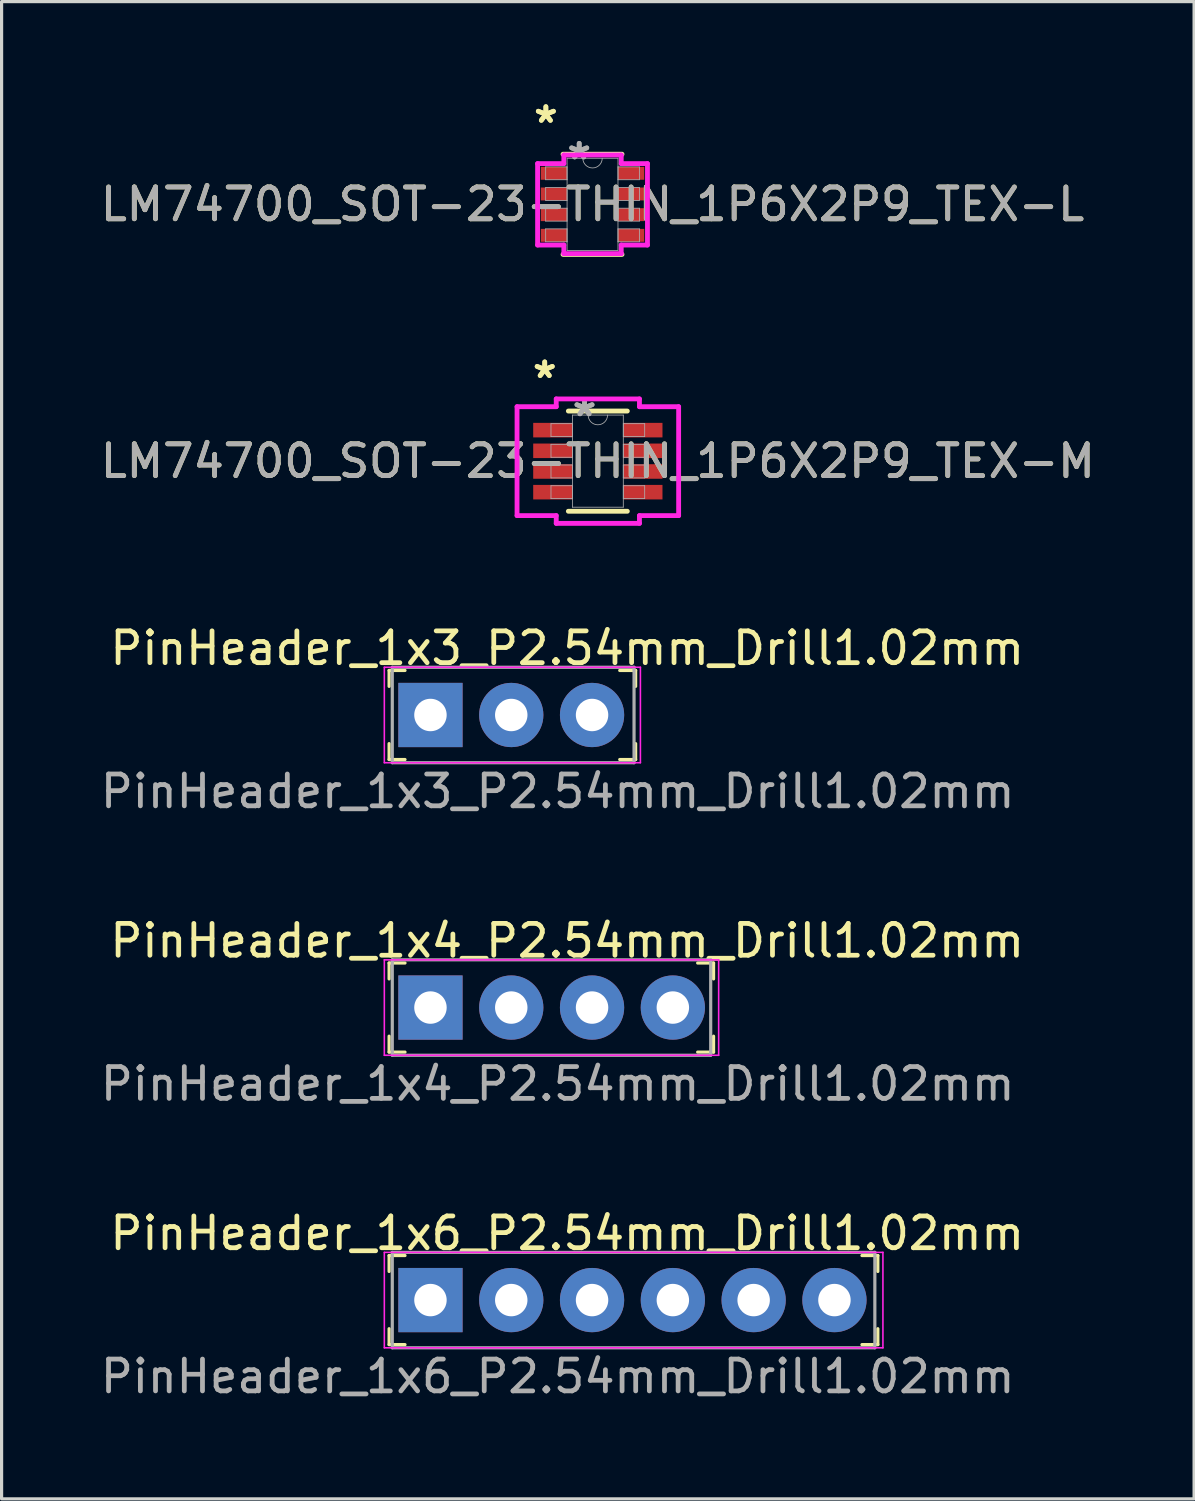
<source format=kicad_pcb>
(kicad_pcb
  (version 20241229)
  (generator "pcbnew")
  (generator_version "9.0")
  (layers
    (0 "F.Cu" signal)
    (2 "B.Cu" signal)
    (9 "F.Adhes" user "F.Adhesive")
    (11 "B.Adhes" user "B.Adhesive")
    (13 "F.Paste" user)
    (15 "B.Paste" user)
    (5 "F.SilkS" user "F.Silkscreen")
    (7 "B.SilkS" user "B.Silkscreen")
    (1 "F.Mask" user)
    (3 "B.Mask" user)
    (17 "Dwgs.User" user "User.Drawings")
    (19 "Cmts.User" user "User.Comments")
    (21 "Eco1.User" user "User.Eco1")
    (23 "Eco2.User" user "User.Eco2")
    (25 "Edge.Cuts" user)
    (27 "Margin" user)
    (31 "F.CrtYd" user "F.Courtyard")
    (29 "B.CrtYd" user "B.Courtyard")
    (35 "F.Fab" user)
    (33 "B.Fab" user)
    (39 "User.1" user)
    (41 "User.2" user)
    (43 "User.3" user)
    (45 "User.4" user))
  (footprint "PinHeader_1x3_P2.54mm_Drill1.02mm"
    (layer "F.Cu")
    (at 10.482 19.427)
    (property "Reference" "PinHeader_1x3_P2.54mm_Drill1.02mm" (at 4.3 -2.1 0) (layer "F.SilkS") (effects (font (size 1 1) (thickness 0.15))))
    (attr through_hole)
    (fp_line (start -1.3 -1.4) (end -1.3 -0.9) (stroke (width 0.1) (type solid)) (layer "F.SilkS"))
    (fp_line (start -1.3 -1.4) (end -0.8 -1.4) (stroke (width 0.1) (type solid)) (layer "F.SilkS"))
    (fp_line (start -1.3 1.4) (end -1.3 0.9) (stroke (width 0.1) (type solid)) (layer "F.SilkS"))
    (fp_line (start -1.3 1.4) (end -0.8 1.4) (stroke (width 0.1) (type solid)) (layer "F.SilkS"))
    (fp_line (start 6.45 -1.4) (end 5.95 -1.4) (stroke (width 0.1) (type solid)) (layer "F.SilkS"))
    (fp_line (start 6.45 -1.4) (end 6.45 -0.9) (stroke (width 0.1) (type solid)) (layer "F.SilkS"))
    (fp_line (start 6.45 1.4) (end 5.95 1.4) (stroke (width 0.1) (type solid)) (layer "F.SilkS"))
    (fp_line (start 6.45 1.4) (end 6.45 0.9) (stroke (width 0.1) (type solid)) (layer "F.SilkS"))
    (fp_line (start -1.45 -1.5) (end -1.45 1.5) (stroke (width 0.05) (type solid)) (layer "F.CrtYd"))
    (fp_line (start 6.6 -1.5) (end -1.45 -1.5) (stroke (width 0.05) (type solid)) (layer "F.CrtYd"))
    (fp_line (start 6.6 -1.5) (end 6.6 1.5) (stroke (width 0.05) (type solid)) (layer "F.CrtYd"))
    (fp_line (start 6.6 1.5) (end -1.45 1.5) (stroke (width 0.05) (type solid)) (layer "F.CrtYd"))
    (fp_line (start -1.2 -1.5) (end -1.2 1.5) (stroke (width 0.1) (type solid)) (layer "F.Fab"))
    (fp_line (start -1.2 -1.5) (end 6.4 -1.5) (stroke (width 0.1) (type solid)) (layer "F.Fab"))
    (fp_line (start -1.2 1.5) (end 6.4 1.5) (stroke (width 0.1) (type solid)) (layer "F.Fab"))
    (fp_line (start 6.4 -1.5) (end 6.4 1.5) (stroke (width 0.1) (type solid)) (layer "F.Fab"))
    (fp_text user "${REFERENCE}" (at 4 2.4 0) (layer "F.Fab") (effects (font (size 1 1) (thickness 0.15))))
    (pad "1" thru_hole rect (at 0 0) (size 2.02 2.02) (drill 1.02) (layers "*.Cu" "*.Mask"))
    (pad "2" thru_hole circle (at 2.54 0) (size 2.02 2.02) (drill 1.02) (layers "*.Cu" "*.Mask"))
    (pad "3" thru_hole circle (at 5.08 0) (size 2.02 2.02) (drill 1.02) (layers "*.Cu" "*.Mask")))
  (footprint "LM74700_SOT-23-THIN_1P6X2P9_TEX-L"
    (layer "F.Cu")
    (at 15.577 3.373)
    (property "Reference" "LM74700_SOT-23-THIN_1P6X2P9_TEX-L" (at 0 0 0) (unlocked yes) (layer "F.SilkS") (effects (font (size 1 1) (thickness 0.15))))
    (attr smd)
    (fp_line (start -0.927 1.575) (end 0.927 1.575) (stroke (width 0.152) (type solid)) (layer "F.SilkS"))
    (fp_line (start 0.927 -1.575) (end -0.927 -1.575) (stroke (width 0.152) (type solid)) (layer "F.SilkS"))
    (fp_line (start -1.727 -1.28) (end -0.902 -1.28) (stroke (width 0.152) (type solid)) (layer "F.CrtYd"))
    (fp_line (start -1.727 1.28) (end -1.727 -1.28) (stroke (width 0.152) (type solid)) (layer "F.CrtYd"))
    (fp_line (start -1.727 1.28) (end -0.902 1.28) (stroke (width 0.152) (type solid)) (layer "F.CrtYd"))
    (fp_line (start -0.902 -1.549) (end 0.902 -1.549) (stroke (width 0.152) (type solid)) (layer "F.CrtYd"))
    (fp_line (start -0.902 -1.28) (end -0.902 -1.549) (stroke (width 0.152) (type solid)) (layer "F.CrtYd"))
    (fp_line (start -0.902 1.549) (end -0.902 1.28) (stroke (width 0.152) (type solid)) (layer "F.CrtYd"))
    (fp_line (start 0.902 -1.549) (end 0.902 -1.28) (stroke (width 0.152) (type solid)) (layer "F.CrtYd"))
    (fp_line (start 0.902 1.28) (end 0.902 1.549) (stroke (width 0.152) (type solid)) (layer "F.CrtYd"))
    (fp_line (start 0.902 1.549) (end -0.902 1.549) (stroke (width 0.152) (type solid)) (layer "F.CrtYd"))
    (fp_line (start 1.727 -1.28) (end 0.902 -1.28) (stroke (width 0.152) (type solid)) (layer "F.CrtYd"))
    (fp_line (start 1.727 -1.28) (end 1.727 1.28) (stroke (width 0.152) (type solid)) (layer "F.CrtYd"))
    (fp_line (start 1.727 1.28) (end 0.902 1.28) (stroke (width 0.152) (type solid)) (layer "F.CrtYd"))
    (fp_line (start -1.473 -1.178) (end -1.473 -0.772) (stroke (width 0.025) (type solid)) (layer "F.Fab"))
    (fp_line (start -1.473 -0.772) (end -0.8 -0.772) (stroke (width 0.025) (type solid)) (layer "F.Fab"))
    (fp_line (start -1.473 -0.528) (end -1.473 -0.122) (stroke (width 0.025) (type solid)) (layer "F.Fab"))
    (fp_line (start -1.473 -0.122) (end -0.8 -0.122) (stroke (width 0.025) (type solid)) (layer "F.Fab"))
    (fp_line (start -1.473 0.122) (end -1.473 0.528) (stroke (width 0.025) (type solid)) (layer "F.Fab"))
    (fp_line (start -1.473 0.528) (end -0.8 0.528) (stroke (width 0.025) (type solid)) (layer "F.Fab"))
    (fp_line (start -1.473 0.772) (end -1.473 1.178) (stroke (width 0.025) (type solid)) (layer "F.Fab"))
    (fp_line (start -1.473 1.178) (end -0.8 1.178) (stroke (width 0.025) (type solid)) (layer "F.Fab"))
    (fp_line (start -0.8 -1.448) (end -0.8 1.448) (stroke (width 0.025) (type solid)) (layer "F.Fab"))
    (fp_line (start -0.8 -1.178) (end -1.473 -1.178) (stroke (width 0.025) (type solid)) (layer "F.Fab"))
    (fp_line (start -0.8 -0.772) (end -0.8 -1.178) (stroke (width 0.025) (type solid)) (layer "F.Fab"))
    (fp_line (start -0.8 -0.528) (end -1.473 -0.528) (stroke (width 0.025) (type solid)) (layer "F.Fab"))
    (fp_line (start -0.8 -0.122) (end -0.8 -0.528) (stroke (width 0.025) (type solid)) (layer "F.Fab"))
    (fp_line (start -0.8 0.122) (end -1.473 0.122) (stroke (width 0.025) (type solid)) (layer "F.Fab"))
    (fp_line (start -0.8 0.528) (end -0.8 0.122) (stroke (width 0.025) (type solid)) (layer "F.Fab"))
    (fp_line (start -0.8 0.772) (end -1.473 0.772) (stroke (width 0.025) (type solid)) (layer "F.Fab"))
    (fp_line (start -0.8 1.178) (end -0.8 0.772) (stroke (width 0.025) (type solid)) (layer "F.Fab"))
    (fp_line (start -0.8 1.448) (end 0.8 1.448) (stroke (width 0.025) (type solid)) (layer "F.Fab"))
    (fp_line (start 0.8 -1.448) (end -0.8 -1.448) (stroke (width 0.025) (type solid)) (layer "F.Fab"))
    (fp_line (start 0.8 -1.178) (end 0.8 -0.772) (stroke (width 0.025) (type solid)) (layer "F.Fab"))
    (fp_line (start 0.8 -0.772) (end 1.473 -0.772) (stroke (width 0.025) (type solid)) (layer "F.Fab"))
    (fp_line (start 0.8 -0.528) (end 0.8 -0.122) (stroke (width 0.025) (type solid)) (layer "F.Fab"))
    (fp_line (start 0.8 -0.122) (end 1.473 -0.122) (stroke (width 0.025) (type solid)) (layer "F.Fab"))
    (fp_line (start 0.8 0.122) (end 0.8 0.528) (stroke (width 0.025) (type solid)) (layer "F.Fab"))
    (fp_line (start 0.8 0.528) (end 1.473 0.528) (stroke (width 0.025) (type solid)) (layer "F.Fab"))
    (fp_line (start 0.8 0.772) (end 0.8 1.178) (stroke (width 0.025) (type solid)) (layer "F.Fab"))
    (fp_line (start 0.8 1.178) (end 1.473 1.178) (stroke (width 0.025) (type solid)) (layer "F.Fab"))
    (fp_line (start 0.8 1.448) (end 0.8 -1.448) (stroke (width 0.025) (type solid)) (layer "F.Fab"))
    (fp_line (start 1.473 -1.178) (end 0.8 -1.178) (stroke (width 0.025) (type solid)) (layer "F.Fab"))
    (fp_line (start 1.473 -0.772) (end 1.473 -1.178) (stroke (width 0.025) (type solid)) (layer "F.Fab"))
    (fp_line (start 1.473 -0.528) (end 0.8 -0.528) (stroke (width 0.025) (type solid)) (layer "F.Fab"))
    (fp_line (start 1.473 -0.122) (end 1.473 -0.528) (stroke (width 0.025) (type solid)) (layer "F.Fab"))
    (fp_line (start 1.473 0.122) (end 0.8 0.122) (stroke (width 0.025) (type solid)) (layer "F.Fab"))
    (fp_line (start 1.473 0.528) (end 1.473 0.122) (stroke (width 0.025) (type solid)) (layer "F.Fab"))
    (fp_line (start 1.473 0.772) (end 0.8 0.772) (stroke (width 0.025) (type solid)) (layer "F.Fab"))
    (fp_line (start 1.473 1.178) (end 1.473 0.772) (stroke (width 0.025) (type solid)) (layer "F.Fab"))
    (fp_arc (start 0.3048 -1.4478) (mid 0 -1.143) (end -0.3048 -1.4478) (stroke (width 0.0254) (type solid)) (layer "F.Fab"))
    (fp_text user "*" (at -1.467 -2.524 0) (unlocked yes) (layer "F.SilkS") (effects (font (size 1 1) (thickness 0.15))))
    (fp_text user "*" (at -1.467 -2.524 0) (layer "F.SilkS") (effects (font (size 1 1) (thickness 0.15))))
    (fp_text user "*" (at -0.419 -1.372 0) (unlocked yes) (layer "F.Fab") (effects (font (size 1 1) (thickness 0.15))))
    (fp_text user "${REFERENCE}" (at 0 0 0) (unlocked yes) (layer "F.Fab") (effects (font (size 1 1) (thickness 0.15))))
    (fp_text user "*" (at -0.419 -1.372 0) (layer "F.Fab") (effects (font (size 1 1) (thickness 0.15))))
    (pad "1" smd rect (at -1.213 -0.975) (size 0.826 0.406) (layers "F.Cu" "F.Mask" "F.Paste"))
    (pad "2" smd rect (at -1.213 -0.325) (size 0.826 0.406) (layers "F.Cu" "F.Mask" "F.Paste"))
    (pad "3" smd rect (at -1.213 0.325) (size 0.826 0.406) (layers "F.Cu" "F.Mask" "F.Paste"))
    (pad "4" smd rect (at -1.213 0.975) (size 0.826 0.406) (layers "F.Cu" "F.Mask" "F.Paste"))
    (pad "5" smd rect (at 1.213 0.975) (size 0.826 0.406) (layers "F.Cu" "F.Mask" "F.Paste"))
    (pad "6" smd rect (at 1.213 0.325) (size 0.826 0.406) (layers "F.Cu" "F.Mask" "F.Paste"))
    (pad "7" smd rect (at 1.213 -0.325) (size 0.826 0.406) (layers "F.Cu" "F.Mask" "F.Paste"))
    (pad "8" smd rect (at 1.213 -0.975) (size 0.826 0.406) (layers "F.Cu" "F.Mask" "F.Paste")))
  (footprint "PinHeader_1x4_P2.54mm_Drill1.02mm"
    (layer "F.Cu")
    (at 10.482 28.624)
    (property "Reference" "PinHeader_1x4_P2.54mm_Drill1.02mm" (at 4.3 -2.1 0) (layer "F.SilkS") (effects (font (size 1 1) (thickness 0.15))))
    (attr through_hole)
    (fp_line (start -1.3 -1.4) (end -1.3 -0.9) (stroke (width 0.1) (type solid)) (layer "F.SilkS"))
    (fp_line (start -1.3 -1.4) (end -0.8 -1.4) (stroke (width 0.1) (type solid)) (layer "F.SilkS"))
    (fp_line (start -1.3 1.4) (end -1.3 0.9) (stroke (width 0.1) (type solid)) (layer "F.SilkS"))
    (fp_line (start -1.3 1.4) (end -0.8 1.4) (stroke (width 0.1) (type solid)) (layer "F.SilkS"))
    (fp_line (start 8.9 -1.4) (end 8.4 -1.4) (stroke (width 0.1) (type solid)) (layer "F.SilkS"))
    (fp_line (start 8.9 -1.4) (end 8.9 -0.9) (stroke (width 0.1) (type solid)) (layer "F.SilkS"))
    (fp_line (start 8.9 1.4) (end 8.4 1.4) (stroke (width 0.1) (type solid)) (layer "F.SilkS"))
    (fp_line (start 8.9 1.4) (end 8.9 0.9) (stroke (width 0.1) (type solid)) (layer "F.SilkS"))
    (fp_line (start -1.45 -1.5) (end -1.45 1.5) (stroke (width 0.05) (type solid)) (layer "F.CrtYd"))
    (fp_line (start 9.06 -1.5) (end -1.45 -1.5) (stroke (width 0.05) (type solid)) (layer "F.CrtYd"))
    (fp_line (start 9.06 -1.5) (end 9.06 1.5) (stroke (width 0.05) (type solid)) (layer "F.CrtYd"))
    (fp_line (start 9.06 1.5) (end -1.45 1.5) (stroke (width 0.05) (type solid)) (layer "F.CrtYd"))
    (fp_line (start -1.2 -1.5) (end -1.2 1.5) (stroke (width 0.1) (type solid)) (layer "F.Fab"))
    (fp_line (start -1.2 -1.5) (end 8.81 -1.5) (stroke (width 0.1) (type solid)) (layer "F.Fab"))
    (fp_line (start -1.2 1.5) (end 8.81 1.5) (stroke (width 0.1) (type solid)) (layer "F.Fab"))
    (fp_line (start 8.81 -1.5) (end 8.81 1.5) (stroke (width 0.1) (type solid)) (layer "F.Fab"))
    (fp_text user "${REFERENCE}" (at 4 2.4 0) (layer "F.Fab") (effects (font (size 1 1) (thickness 0.15))))
    (pad "1" thru_hole rect (at 0 0) (size 2.02 2.02) (drill 1.02) (layers "*.Cu" "*.Mask"))
    (pad "2" thru_hole circle (at 2.54 0) (size 2.02 2.02) (drill 1.02) (layers "*.Cu" "*.Mask"))
    (pad "3" thru_hole circle (at 5.08 0) (size 2.02 2.02) (drill 1.02) (layers "*.Cu" "*.Mask"))
    (pad "4" thru_hole circle (at 7.62 0) (size 2.02 2.02) (drill 1.02) (layers "*.Cu" "*.Mask")))
  (footprint "PinHeader_1x6_P2.54mm_Drill1.02mm"
    (layer "F.Cu")
    (at 10.482 37.82)
    (property "Reference" "PinHeader_1x6_P2.54mm_Drill1.02mm" (at 4.3 -2.1 0) (layer "F.SilkS") (effects (font (size 1 1) (thickness 0.15))))
    (attr through_hole)
    (fp_line (start -1.3 -1.4) (end -1.3 -0.9) (stroke (width 0.1) (type solid)) (layer "F.SilkS"))
    (fp_line (start -1.3 -1.4) (end -0.8 -1.4) (stroke (width 0.1) (type solid)) (layer "F.SilkS"))
    (fp_line (start -1.3 1.4) (end -1.3 0.9) (stroke (width 0.1) (type solid)) (layer "F.SilkS"))
    (fp_line (start -1.3 1.4) (end -0.8 1.4) (stroke (width 0.1) (type solid)) (layer "F.SilkS"))
    (fp_line (start 14.064 -1.4) (end 13.564 -1.4) (stroke (width 0.1) (type solid)) (layer "F.SilkS"))
    (fp_line (start 14.064 -1.4) (end 14.064 -0.9) (stroke (width 0.1) (type solid)) (layer "F.SilkS"))
    (fp_line (start 14.064 1.4) (end 13.564 1.4) (stroke (width 0.1) (type solid)) (layer "F.SilkS"))
    (fp_line (start 14.064 1.4) (end 14.064 0.9) (stroke (width 0.1) (type solid)) (layer "F.SilkS"))
    (fp_line (start -1.45 -1.5) (end -1.45 1.5) (stroke (width 0.05) (type solid)) (layer "F.CrtYd"))
    (fp_line (start 14.224 -1.5) (end -1.45 -1.5) (stroke (width 0.05) (type solid)) (layer "F.CrtYd"))
    (fp_line (start 14.224 -1.5) (end 14.224 1.5) (stroke (width 0.05) (type solid)) (layer "F.CrtYd"))
    (fp_line (start 14.224 1.5) (end -1.45 1.5) (stroke (width 0.05) (type solid)) (layer "F.CrtYd"))
    (fp_line (start -1.2 -1.5) (end -1.2 1.5) (stroke (width 0.1) (type solid)) (layer "F.Fab"))
    (fp_line (start -1.2 -1.5) (end 13.97 -1.5) (stroke (width 0.1) (type solid)) (layer "F.Fab"))
    (fp_line (start -1.2 1.5) (end 13.97 1.5) (stroke (width 0.1) (type solid)) (layer "F.Fab"))
    (fp_line (start 13.97 -1.5) (end 13.97 1.5) (stroke (width 0.1) (type solid)) (layer "F.Fab"))
    (fp_text user "${REFERENCE}" (at 4 2.4 0) (layer "F.Fab") (effects (font (size 1 1) (thickness 0.15))))
    (pad "1" thru_hole rect (at 0 0) (size 2.02 2.02) (drill 1.02) (layers "*.Cu" "*.Mask"))
    (pad "2" thru_hole circle (at 2.54 0) (size 2.02 2.02) (drill 1.02) (layers "*.Cu" "*.Mask"))
    (pad "3" thru_hole circle (at 5.08 0) (size 2.02 2.02) (drill 1.02) (layers "*.Cu" "*.Mask"))
    (pad "4" thru_hole circle (at 7.62 0) (size 2.02 2.02) (drill 1.02) (layers "*.Cu" "*.Mask"))
    (pad "5" thru_hole circle (at 10.16 0) (size 2.02 2.02) (drill 1.02) (layers "*.Cu" "*.Mask"))
    (pad "6" thru_hole circle (at 12.7 0) (size 2.02 2.02) (drill 1.02) (layers "*.Cu" "*.Mask")))
  (footprint "LM74700_SOT-23-THIN_1P6X2P9_TEX-M"
    (layer "F.Cu")
    (at 15.744 11.447)
    (property "Reference" "LM74700_SOT-23-THIN_1P6X2P9_TEX-M" (at 0 0 0) (unlocked yes) (layer "F.SilkS") (effects (font (size 1 1) (thickness 0.15))))
    (attr smd)
    (fp_line (start -0.927 1.575) (end 0.927 1.575) (stroke (width 0.152) (type solid)) (layer "F.SilkS"))
    (fp_line (start 0.927 -1.575) (end -0.927 -1.575) (stroke (width 0.152) (type solid)) (layer "F.SilkS"))
    (fp_line (start -2.54 -1.712) (end -1.308 -1.712) (stroke (width 0.152) (type solid)) (layer "F.CrtYd"))
    (fp_line (start -2.54 1.712) (end -2.54 -1.712) (stroke (width 0.152) (type solid)) (layer "F.CrtYd"))
    (fp_line (start -2.54 1.712) (end -1.308 1.712) (stroke (width 0.152) (type solid)) (layer "F.CrtYd"))
    (fp_line (start -1.308 -1.956) (end 1.308 -1.956) (stroke (width 0.152) (type solid)) (layer "F.CrtYd"))
    (fp_line (start -1.308 -1.712) (end -1.308 -1.956) (stroke (width 0.152) (type solid)) (layer "F.CrtYd"))
    (fp_line (start -1.308 1.956) (end -1.308 1.712) (stroke (width 0.152) (type solid)) (layer "F.CrtYd"))
    (fp_line (start 1.308 -1.956) (end 1.308 -1.712) (stroke (width 0.152) (type solid)) (layer "F.CrtYd"))
    (fp_line (start 1.308 1.712) (end 1.308 1.956) (stroke (width 0.152) (type solid)) (layer "F.CrtYd"))
    (fp_line (start 1.308 1.956) (end -1.308 1.956) (stroke (width 0.152) (type solid)) (layer "F.CrtYd"))
    (fp_line (start 2.54 -1.712) (end 1.308 -1.712) (stroke (width 0.152) (type solid)) (layer "F.CrtYd"))
    (fp_line (start 2.54 -1.712) (end 2.54 1.712) (stroke (width 0.152) (type solid)) (layer "F.CrtYd"))
    (fp_line (start 2.54 1.712) (end 1.308 1.712) (stroke (width 0.152) (type solid)) (layer "F.CrtYd"))
    (fp_line (start -1.473 -1.178) (end -1.473 -0.772) (stroke (width 0.025) (type solid)) (layer "F.Fab"))
    (fp_line (start -1.473 -0.772) (end -0.8 -0.772) (stroke (width 0.025) (type solid)) (layer "F.Fab"))
    (fp_line (start -1.473 -0.528) (end -1.473 -0.122) (stroke (width 0.025) (type solid)) (layer "F.Fab"))
    (fp_line (start -1.473 -0.122) (end -0.8 -0.122) (stroke (width 0.025) (type solid)) (layer "F.Fab"))
    (fp_line (start -1.473 0.122) (end -1.473 0.528) (stroke (width 0.025) (type solid)) (layer "F.Fab"))
    (fp_line (start -1.473 0.528) (end -0.8 0.528) (stroke (width 0.025) (type solid)) (layer "F.Fab"))
    (fp_line (start -1.473 0.772) (end -1.473 1.178) (stroke (width 0.025) (type solid)) (layer "F.Fab"))
    (fp_line (start -1.473 1.178) (end -0.8 1.178) (stroke (width 0.025) (type solid)) (layer "F.Fab"))
    (fp_line (start -0.8 -1.448) (end -0.8 1.448) (stroke (width 0.025) (type solid)) (layer "F.Fab"))
    (fp_line (start -0.8 -1.178) (end -1.473 -1.178) (stroke (width 0.025) (type solid)) (layer "F.Fab"))
    (fp_line (start -0.8 -0.772) (end -0.8 -1.178) (stroke (width 0.025) (type solid)) (layer "F.Fab"))
    (fp_line (start -0.8 -0.528) (end -1.473 -0.528) (stroke (width 0.025) (type solid)) (layer "F.Fab"))
    (fp_line (start -0.8 -0.122) (end -0.8 -0.528) (stroke (width 0.025) (type solid)) (layer "F.Fab"))
    (fp_line (start -0.8 0.122) (end -1.473 0.122) (stroke (width 0.025) (type solid)) (layer "F.Fab"))
    (fp_line (start -0.8 0.528) (end -0.8 0.122) (stroke (width 0.025) (type solid)) (layer "F.Fab"))
    (fp_line (start -0.8 0.772) (end -1.473 0.772) (stroke (width 0.025) (type solid)) (layer "F.Fab"))
    (fp_line (start -0.8 1.178) (end -0.8 0.772) (stroke (width 0.025) (type solid)) (layer "F.Fab"))
    (fp_line (start -0.8 1.448) (end 0.8 1.448) (stroke (width 0.025) (type solid)) (layer "F.Fab"))
    (fp_line (start 0.8 -1.448) (end -0.8 -1.448) (stroke (width 0.025) (type solid)) (layer "F.Fab"))
    (fp_line (start 0.8 -1.178) (end 0.8 -0.772) (stroke (width 0.025) (type solid)) (layer "F.Fab"))
    (fp_line (start 0.8 -0.772) (end 1.473 -0.772) (stroke (width 0.025) (type solid)) (layer "F.Fab"))
    (fp_line (start 0.8 -0.528) (end 0.8 -0.122) (stroke (width 0.025) (type solid)) (layer "F.Fab"))
    (fp_line (start 0.8 -0.122) (end 1.473 -0.122) (stroke (width 0.025) (type solid)) (layer "F.Fab"))
    (fp_line (start 0.8 0.122) (end 0.8 0.528) (stroke (width 0.025) (type solid)) (layer "F.Fab"))
    (fp_line (start 0.8 0.528) (end 1.473 0.528) (stroke (width 0.025) (type solid)) (layer "F.Fab"))
    (fp_line (start 0.8 0.772) (end 0.8 1.178) (stroke (width 0.025) (type solid)) (layer "F.Fab"))
    (fp_line (start 0.8 1.178) (end 1.473 1.178) (stroke (width 0.025) (type solid)) (layer "F.Fab"))
    (fp_line (start 0.8 1.448) (end 0.8 -1.448) (stroke (width 0.025) (type solid)) (layer "F.Fab"))
    (fp_line (start 1.473 -1.178) (end 0.8 -1.178) (stroke (width 0.025) (type solid)) (layer "F.Fab"))
    (fp_line (start 1.473 -0.772) (end 1.473 -1.178) (stroke (width 0.025) (type solid)) (layer "F.Fab"))
    (fp_line (start 1.473 -0.528) (end 0.8 -0.528) (stroke (width 0.025) (type solid)) (layer "F.Fab"))
    (fp_line (start 1.473 -0.122) (end 1.473 -0.528) (stroke (width 0.025) (type solid)) (layer "F.Fab"))
    (fp_line (start 1.473 0.122) (end 0.8 0.122) (stroke (width 0.025) (type solid)) (layer "F.Fab"))
    (fp_line (start 1.473 0.528) (end 1.473 0.122) (stroke (width 0.025) (type solid)) (layer "F.Fab"))
    (fp_line (start 1.473 0.772) (end 0.8 0.772) (stroke (width 0.025) (type solid)) (layer "F.Fab"))
    (fp_line (start 1.473 1.178) (end 1.473 0.772) (stroke (width 0.025) (type solid)) (layer "F.Fab"))
    (fp_arc (start 0.3048 -1.4478) (mid 0 -1.143) (end -0.3048 -1.4478) (stroke (width 0.0254) (type solid)) (layer "F.Fab"))
    (fp_text user "*" (at -1.67 -2.575 0) (layer "F.SilkS") (effects (font (size 1 1) (thickness 0.15))))
    (fp_text user "*" (at -1.67 -2.575 0) (unlocked yes) (layer "F.SilkS") (effects (font (size 1 1) (thickness 0.15))))
    (fp_text user "*" (at -0.419 -1.372 0) (unlocked yes) (layer "F.Fab") (effects (font (size 1 1) (thickness 0.15))))
    (fp_text user "${REFERENCE}" (at 0 0 0) (unlocked yes) (layer "F.Fab") (effects (font (size 1 1) (thickness 0.15))))
    (fp_text user "*" (at -0.419 -1.372 0) (layer "F.Fab") (effects (font (size 1 1) (thickness 0.15))))
    (pad "1" smd rect (at -1.416 -0.975) (size 1.232 0.457) (layers "F.Cu" "F.Mask" "F.Paste"))
    (pad "2" smd rect (at -1.416 -0.325) (size 1.232 0.457) (layers "F.Cu" "F.Mask" "F.Paste"))
    (pad "3" smd rect (at -1.416 0.325) (size 1.232 0.457) (layers "F.Cu" "F.Mask" "F.Paste"))
    (pad "4" smd rect (at -1.416 0.975) (size 1.232 0.457) (layers "F.Cu" "F.Mask" "F.Paste"))
    (pad "5" smd rect (at 1.416 0.975) (size 1.232 0.457) (layers "F.Cu" "F.Mask" "F.Paste"))
    (pad "6" smd rect (at 1.416 0.325) (size 1.232 0.457) (layers "F.Cu" "F.Mask" "F.Paste"))
    (pad "7" smd rect (at 1.416 -0.325) (size 1.232 0.457) (layers "F.Cu" "F.Mask" "F.Paste"))
    (pad "8" smd rect (at 1.416 -0.975) (size 1.232 0.457) (layers "F.Cu" "F.Mask" "F.Paste")))
  (gr_rect
    (start -3 -3)
    (end 34.488 44.069)
    (stroke (width 0.1) (type default))
    (fill no)
    (layer "Edge.Cuts")))
</source>
